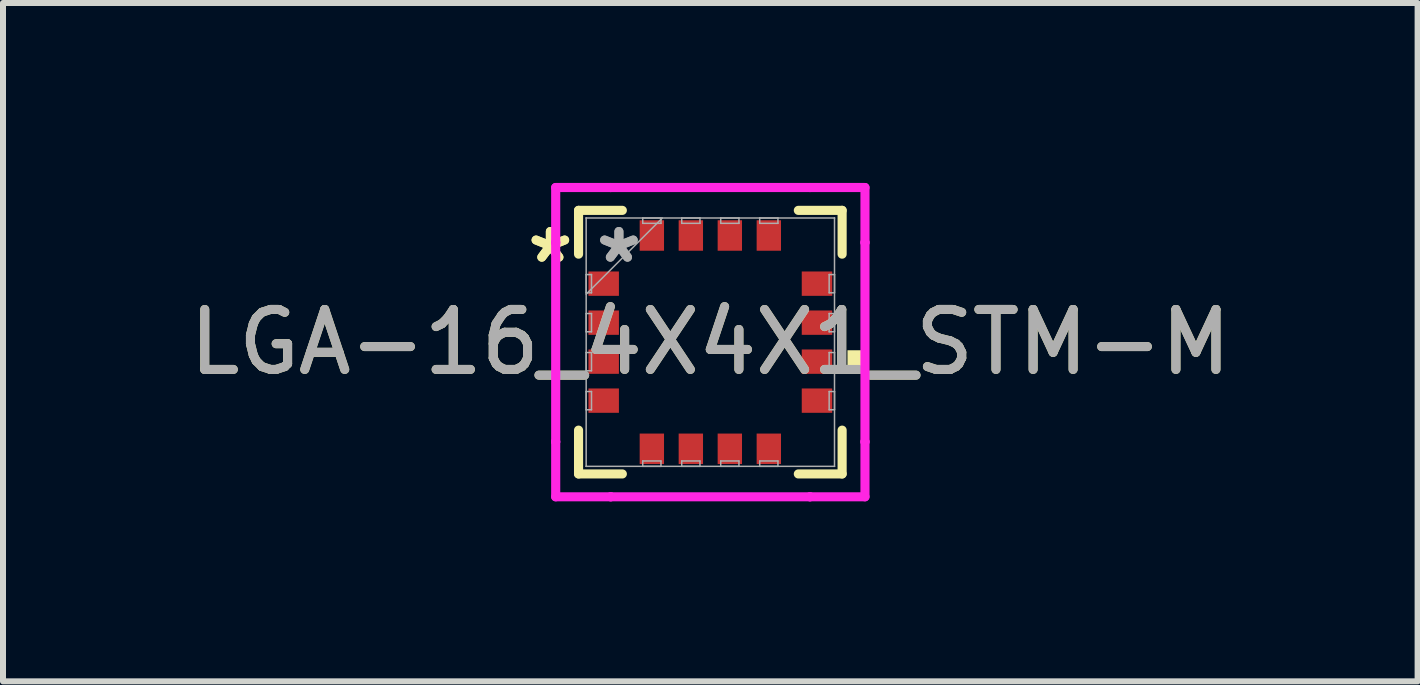
<source format=kicad_pcb>
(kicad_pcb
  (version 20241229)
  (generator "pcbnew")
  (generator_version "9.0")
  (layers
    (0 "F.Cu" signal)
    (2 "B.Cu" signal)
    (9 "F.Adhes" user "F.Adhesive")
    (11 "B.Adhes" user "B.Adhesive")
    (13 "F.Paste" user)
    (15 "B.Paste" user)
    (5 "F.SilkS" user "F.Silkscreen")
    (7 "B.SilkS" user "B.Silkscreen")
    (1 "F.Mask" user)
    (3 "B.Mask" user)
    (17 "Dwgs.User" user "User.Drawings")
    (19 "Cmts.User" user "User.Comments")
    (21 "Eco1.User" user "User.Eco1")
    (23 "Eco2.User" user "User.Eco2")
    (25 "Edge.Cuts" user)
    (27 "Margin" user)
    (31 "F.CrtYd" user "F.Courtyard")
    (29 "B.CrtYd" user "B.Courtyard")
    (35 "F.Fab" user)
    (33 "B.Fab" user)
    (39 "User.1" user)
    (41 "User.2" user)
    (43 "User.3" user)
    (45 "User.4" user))
  (footprint "LGA-16_4X4X1_STM-M"
    (layer "F.Cu")
    (at 8.792 2.654)
    (property "Reference" "LGA-16_4X4X1_STM-M" (at 0 0 0) (unlocked yes) (layer "F.SilkS") (effects (font (size 1 1) (thickness 0.15))))
    (attr smd)
    (fp_line (start -2.197 -2.197) (end -2.197 -1.467) (stroke (width 0.152) (type solid)) (layer "F.SilkS"))
    (fp_line (start -2.197 1.467) (end -2.197 2.197) (stroke (width 0.152) (type solid)) (layer "F.SilkS"))
    (fp_line (start -2.197 2.197) (end -1.467 2.197) (stroke (width 0.152) (type solid)) (layer "F.SilkS"))
    (fp_line (start -1.467 -2.197) (end -2.197 -2.197) (stroke (width 0.152) (type solid)) (layer "F.SilkS"))
    (fp_line (start 1.467 2.197) (end 2.197 2.197) (stroke (width 0.152) (type solid)) (layer "F.SilkS"))
    (fp_line (start 2.197 -2.197) (end 1.467 -2.197) (stroke (width 0.152) (type solid)) (layer "F.SilkS"))
    (fp_line (start 2.197 -1.467) (end 2.197 -2.197) (stroke (width 0.152) (type solid)) (layer "F.SilkS"))
    (fp_line (start 2.197 2.197) (end 2.197 1.467) (stroke (width 0.152) (type solid)) (layer "F.SilkS"))
    (fp_poly (pts (xy 2.54 0.135) (xy 2.54 0.516) (xy 2.286 0.516) (xy 2.286 0.135)) (stroke (width 0) (type solid)) (fill yes) (layer "F.SilkS"))
    (fp_line (start -2.578 -2.578) (end -1.661 -2.578) (stroke (width 0.152) (type solid)) (layer "F.CrtYd"))
    (fp_line (start -2.578 -1.661) (end -2.578 -2.578) (stroke (width 0.152) (type solid)) (layer "F.CrtYd"))
    (fp_line (start -2.578 -1.661) (end -2.578 -1.661) (stroke (width 0.152) (type solid)) (layer "F.CrtYd"))
    (fp_line (start -2.578 1.661) (end -2.578 -1.661) (stroke (width 0.152) (type solid)) (layer "F.CrtYd"))
    (fp_line (start -2.578 1.661) (end -2.578 1.661) (stroke (width 0.152) (type solid)) (layer "F.CrtYd"))
    (fp_line (start -2.578 2.578) (end -2.578 1.661) (stroke (width 0.152) (type solid)) (layer "F.CrtYd"))
    (fp_line (start -1.661 -2.578) (end -1.661 -2.578) (stroke (width 0.152) (type solid)) (layer "F.CrtYd"))
    (fp_line (start -1.661 -2.578) (end 1.661 -2.578) (stroke (width 0.152) (type solid)) (layer "F.CrtYd"))
    (fp_line (start -1.661 2.578) (end -2.578 2.578) (stroke (width 0.152) (type solid)) (layer "F.CrtYd"))
    (fp_line (start -1.661 2.578) (end -1.661 2.578) (stroke (width 0.152) (type solid)) (layer "F.CrtYd"))
    (fp_line (start 1.661 -2.578) (end 1.661 -2.578) (stroke (width 0.152) (type solid)) (layer "F.CrtYd"))
    (fp_line (start 1.661 -2.578) (end 2.578 -2.578) (stroke (width 0.152) (type solid)) (layer "F.CrtYd"))
    (fp_line (start 1.661 2.578) (end -1.661 2.578) (stroke (width 0.152) (type solid)) (layer "F.CrtYd"))
    (fp_line (start 1.661 2.578) (end 1.661 2.578) (stroke (width 0.152) (type solid)) (layer "F.CrtYd"))
    (fp_line (start 2.578 -2.578) (end 2.578 -1.661) (stroke (width 0.152) (type solid)) (layer "F.CrtYd"))
    (fp_line (start 2.578 -1.661) (end 2.578 -1.661) (stroke (width 0.152) (type solid)) (layer "F.CrtYd"))
    (fp_line (start 2.578 -1.661) (end 2.578 1.661) (stroke (width 0.152) (type solid)) (layer "F.CrtYd"))
    (fp_line (start 2.578 1.661) (end 2.578 1.661) (stroke (width 0.152) (type solid)) (layer "F.CrtYd"))
    (fp_line (start 2.578 1.661) (end 2.578 2.578) (stroke (width 0.152) (type solid)) (layer "F.CrtYd"))
    (fp_line (start 2.578 2.578) (end 1.661 2.578) (stroke (width 0.152) (type solid)) (layer "F.CrtYd"))
    (fp_line (start -2.07 -2.07) (end -2.07 -2.07) (stroke (width 0.025) (type solid)) (layer "F.Fab"))
    (fp_line (start -2.07 -2.07) (end -2.07 2.07) (stroke (width 0.025) (type solid)) (layer "F.Fab"))
    (fp_line (start -2.07 -1.127) (end -1.981 -1.127) (stroke (width 0.025) (type solid)) (layer "F.Fab"))
    (fp_line (start -2.07 -0.823) (end -2.07 -1.127) (stroke (width 0.025) (type solid)) (layer "F.Fab"))
    (fp_line (start -2.07 -0.8) (end -0.8 -2.07) (stroke (width 0.025) (type solid)) (layer "F.Fab"))
    (fp_line (start -2.07 -0.477) (end -1.981 -0.477) (stroke (width 0.025) (type solid)) (layer "F.Fab"))
    (fp_line (start -2.07 -0.173) (end -2.07 -0.477) (stroke (width 0.025) (type solid)) (layer "F.Fab"))
    (fp_line (start -2.07 0.173) (end -1.981 0.173) (stroke (width 0.025) (type solid)) (layer "F.Fab"))
    (fp_line (start -2.07 0.477) (end -2.07 0.173) (stroke (width 0.025) (type solid)) (layer "F.Fab"))
    (fp_line (start -2.07 0.823) (end -1.981 0.823) (stroke (width 0.025) (type solid)) (layer "F.Fab"))
    (fp_line (start -2.07 1.127) (end -2.07 0.823) (stroke (width 0.025) (type solid)) (layer "F.Fab"))
    (fp_line (start -2.07 2.07) (end -2.07 2.07) (stroke (width 0.025) (type solid)) (layer "F.Fab"))
    (fp_line (start -2.07 2.07) (end 2.07 2.07) (stroke (width 0.025) (type solid)) (layer "F.Fab"))
    (fp_line (start -1.981 -1.127) (end -1.981 -0.823) (stroke (width 0.025) (type solid)) (layer "F.Fab"))
    (fp_line (start -1.981 -0.823) (end -2.07 -0.823) (stroke (width 0.025) (type solid)) (layer "F.Fab"))
    (fp_line (start -1.981 -0.477) (end -1.981 -0.173) (stroke (width 0.025) (type solid)) (layer "F.Fab"))
    (fp_line (start -1.981 -0.173) (end -2.07 -0.173) (stroke (width 0.025) (type solid)) (layer "F.Fab"))
    (fp_line (start -1.981 0.173) (end -1.981 0.477) (stroke (width 0.025) (type solid)) (layer "F.Fab"))
    (fp_line (start -1.981 0.477) (end -2.07 0.477) (stroke (width 0.025) (type solid)) (layer "F.Fab"))
    (fp_line (start -1.981 0.823) (end -1.981 1.127) (stroke (width 0.025) (type solid)) (layer "F.Fab"))
    (fp_line (start -1.981 1.127) (end -2.07 1.127) (stroke (width 0.025) (type solid)) (layer "F.Fab"))
    (fp_line (start -1.127 -2.07) (end -0.823 -2.07) (stroke (width 0.025) (type solid)) (layer "F.Fab"))
    (fp_line (start -1.127 -1.981) (end -1.127 -2.07) (stroke (width 0.025) (type solid)) (layer "F.Fab"))
    (fp_line (start -1.127 1.981) (end -0.823 1.981) (stroke (width 0.025) (type solid)) (layer "F.Fab"))
    (fp_line (start -1.127 2.07) (end -1.127 1.981) (stroke (width 0.025) (type solid)) (layer "F.Fab"))
    (fp_line (start -0.823 -2.07) (end -0.823 -1.981) (stroke (width 0.025) (type solid)) (layer "F.Fab"))
    (fp_line (start -0.823 -1.981) (end -1.127 -1.981) (stroke (width 0.025) (type solid)) (layer "F.Fab"))
    (fp_line (start -0.823 1.981) (end -0.823 2.07) (stroke (width 0.025) (type solid)) (layer "F.Fab"))
    (fp_line (start -0.823 2.07) (end -1.127 2.07) (stroke (width 0.025) (type solid)) (layer "F.Fab"))
    (fp_line (start -0.477 -2.07) (end -0.173 -2.07) (stroke (width 0.025) (type solid)) (layer "F.Fab"))
    (fp_line (start -0.477 -1.981) (end -0.477 -2.07) (stroke (width 0.025) (type solid)) (layer "F.Fab"))
    (fp_line (start -0.477 1.981) (end -0.173 1.981) (stroke (width 0.025) (type solid)) (layer "F.Fab"))
    (fp_line (start -0.477 2.07) (end -0.477 1.981) (stroke (width 0.025) (type solid)) (layer "F.Fab"))
    (fp_line (start -0.173 -2.07) (end -0.173 -1.981) (stroke (width 0.025) (type solid)) (layer "F.Fab"))
    (fp_line (start -0.173 -1.981) (end -0.477 -1.981) (stroke (width 0.025) (type solid)) (layer "F.Fab"))
    (fp_line (start -0.173 1.981) (end -0.173 2.07) (stroke (width 0.025) (type solid)) (layer "F.Fab"))
    (fp_line (start -0.173 2.07) (end -0.477 2.07) (stroke (width 0.025) (type solid)) (layer "F.Fab"))
    (fp_line (start 0.173 -2.07) (end 0.477 -2.07) (stroke (width 0.025) (type solid)) (layer "F.Fab"))
    (fp_line (start 0.173 -1.981) (end 0.173 -2.07) (stroke (width 0.025) (type solid)) (layer "F.Fab"))
    (fp_line (start 0.173 1.981) (end 0.477 1.981) (stroke (width 0.025) (type solid)) (layer "F.Fab"))
    (fp_line (start 0.173 2.07) (end 0.173 1.981) (stroke (width 0.025) (type solid)) (layer "F.Fab"))
    (fp_line (start 0.477 -2.07) (end 0.477 -1.981) (stroke (width 0.025) (type solid)) (layer "F.Fab"))
    (fp_line (start 0.477 -1.981) (end 0.173 -1.981) (stroke (width 0.025) (type solid)) (layer "F.Fab"))
    (fp_line (start 0.477 1.981) (end 0.477 2.07) (stroke (width 0.025) (type solid)) (layer "F.Fab"))
    (fp_line (start 0.477 2.07) (end 0.173 2.07) (stroke (width 0.025) (type solid)) (layer "F.Fab"))
    (fp_line (start 0.823 -2.07) (end 1.127 -2.07) (stroke (width 0.025) (type solid)) (layer "F.Fab"))
    (fp_line (start 0.823 -1.981) (end 0.823 -2.07) (stroke (width 0.025) (type solid)) (layer "F.Fab"))
    (fp_line (start 0.823 1.981) (end 1.127 1.981) (stroke (width 0.025) (type solid)) (layer "F.Fab"))
    (fp_line (start 0.823 2.07) (end 0.823 1.981) (stroke (width 0.025) (type solid)) (layer "F.Fab"))
    (fp_line (start 1.127 -2.07) (end 1.127 -1.981) (stroke (width 0.025) (type solid)) (layer "F.Fab"))
    (fp_line (start 1.127 -1.981) (end 0.823 -1.981) (stroke (width 0.025) (type solid)) (layer "F.Fab"))
    (fp_line (start 1.127 1.981) (end 1.127 2.07) (stroke (width 0.025) (type solid)) (layer "F.Fab"))
    (fp_line (start 1.127 2.07) (end 0.823 2.07) (stroke (width 0.025) (type solid)) (layer "F.Fab"))
    (fp_line (start 1.981 -1.127) (end 2.07 -1.127) (stroke (width 0.025) (type solid)) (layer "F.Fab"))
    (fp_line (start 1.981 -0.823) (end 1.981 -1.127) (stroke (width 0.025) (type solid)) (layer "F.Fab"))
    (fp_line (start 1.981 -0.477) (end 2.07 -0.477) (stroke (width 0.025) (type solid)) (layer "F.Fab"))
    (fp_line (start 1.981 -0.173) (end 1.981 -0.477) (stroke (width 0.025) (type solid)) (layer "F.Fab"))
    (fp_line (start 1.981 0.173) (end 2.07 0.173) (stroke (width 0.025) (type solid)) (layer "F.Fab"))
    (fp_line (start 1.981 0.477) (end 1.981 0.173) (stroke (width 0.025) (type solid)) (layer "F.Fab"))
    (fp_line (start 1.981 0.823) (end 2.07 0.823) (stroke (width 0.025) (type solid)) (layer "F.Fab"))
    (fp_line (start 1.981 1.127) (end 1.981 0.823) (stroke (width 0.025) (type solid)) (layer "F.Fab"))
    (fp_line (start 2.07 -2.07) (end -2.07 -2.07) (stroke (width 0.025) (type solid)) (layer "F.Fab"))
    (fp_line (start 2.07 -2.07) (end 2.07 -2.07) (stroke (width 0.025) (type solid)) (layer "F.Fab"))
    (fp_line (start 2.07 -1.127) (end 2.07 -0.823) (stroke (width 0.025) (type solid)) (layer "F.Fab"))
    (fp_line (start 2.07 -0.823) (end 1.981 -0.823) (stroke (width 0.025) (type solid)) (layer "F.Fab"))
    (fp_line (start 2.07 -0.477) (end 2.07 -0.173) (stroke (width 0.025) (type solid)) (layer "F.Fab"))
    (fp_line (start 2.07 -0.173) (end 1.981 -0.173) (stroke (width 0.025) (type solid)) (layer "F.Fab"))
    (fp_line (start 2.07 0.173) (end 2.07 0.477) (stroke (width 0.025) (type solid)) (layer "F.Fab"))
    (fp_line (start 2.07 0.477) (end 1.981 0.477) (stroke (width 0.025) (type solid)) (layer "F.Fab"))
    (fp_line (start 2.07 0.823) (end 2.07 1.127) (stroke (width 0.025) (type solid)) (layer "F.Fab"))
    (fp_line (start 2.07 1.127) (end 1.981 1.127) (stroke (width 0.025) (type solid)) (layer "F.Fab"))
    (fp_line (start 2.07 2.07) (end 2.07 -2.07) (stroke (width 0.025) (type solid)) (layer "F.Fab"))
    (fp_line (start 2.07 2.07) (end 2.07 2.07) (stroke (width 0.025) (type solid)) (layer "F.Fab"))
    (fp_text user "*" (at -2.667 -1.3 0) (layer "F.SilkS") (effects (font (size 1 1) (thickness 0.15))))
    (fp_text user "*" (at -2.667 -1.3 0) (unlocked yes) (layer "F.SilkS") (effects (font (size 1 1) (thickness 0.15))))
    (fp_text user "*" (at -1.524 -1.3 0) (unlocked yes) (layer "F.Fab") (effects (font (size 1 1) (thickness 0.15))))
    (fp_text user "*" (at -1.524 -1.3 0) (layer "F.Fab") (effects (font (size 1 1) (thickness 0.15))))
    (fp_text user "${REFERENCE}" (at 0 0 0) (unlocked yes) (layer "F.Fab") (effects (font (size 1 1) (thickness 0.15))))
    (pad "1" smd rect (at -1.778 -0.975 90) (size 0.406 0.508) (layers "F.Cu" "F.Mask" "F.Paste"))
    (pad "2" smd rect (at -1.778 -0.325 90) (size 0.406 0.508) (layers "F.Cu" "F.Mask" "F.Paste"))
    (pad "3" smd rect (at -1.778 0.325 90) (size 0.406 0.508) (layers "F.Cu" "F.Mask" "F.Paste"))
    (pad "4" smd rect (at -1.778 0.975 90) (size 0.406 0.508) (layers "F.Cu" "F.Mask" "F.Paste"))
    (pad "5" smd rect (at -0.975 1.778) (size 0.406 0.508) (layers "F.Cu" "F.Mask" "F.Paste"))
    (pad "6" smd rect (at -0.325 1.778) (size 0.406 0.508) (layers "F.Cu" "F.Mask" "F.Paste"))
    (pad "7" smd rect (at 0.325 1.778) (size 0.406 0.508) (layers "F.Cu" "F.Mask" "F.Paste"))
    (pad "8" smd rect (at 0.975 1.778) (size 0.406 0.508) (layers "F.Cu" "F.Mask" "F.Paste"))
    (pad "9" smd rect (at 1.778 0.975 90) (size 0.406 0.508) (layers "F.Cu" "F.Mask" "F.Paste"))
    (pad "10" smd rect (at 1.778 0.325 90) (size 0.406 0.508) (layers "F.Cu" "F.Mask" "F.Paste"))
    (pad "11" smd rect (at 1.778 -0.325 90) (size 0.406 0.508) (layers "F.Cu" "F.Mask" "F.Paste"))
    (pad "12" smd rect (at 1.778 -0.975 90) (size 0.406 0.508) (layers "F.Cu" "F.Mask" "F.Paste"))
    (pad "13" smd rect (at 0.975 -1.778) (size 0.406 0.508) (layers "F.Cu" "F.Mask" "F.Paste"))
    (pad "14" smd rect (at 0.325 -1.778) (size 0.406 0.508) (layers "F.Cu" "F.Mask" "F.Paste"))
    (pad "15" smd rect (at -0.325 -1.778) (size 0.406 0.508) (layers "F.Cu" "F.Mask" "F.Paste"))
    (pad "16" smd rect (at -0.975 -1.778) (size 0.406 0.508) (layers "F.Cu" "F.Mask" "F.Paste")))
  (gr_rect
    (start -3 -3)
    (end 20.583 8.309)
    (stroke (width 0.1) (type default))
    (fill no)
    (layer "Edge.Cuts")))
</source>
